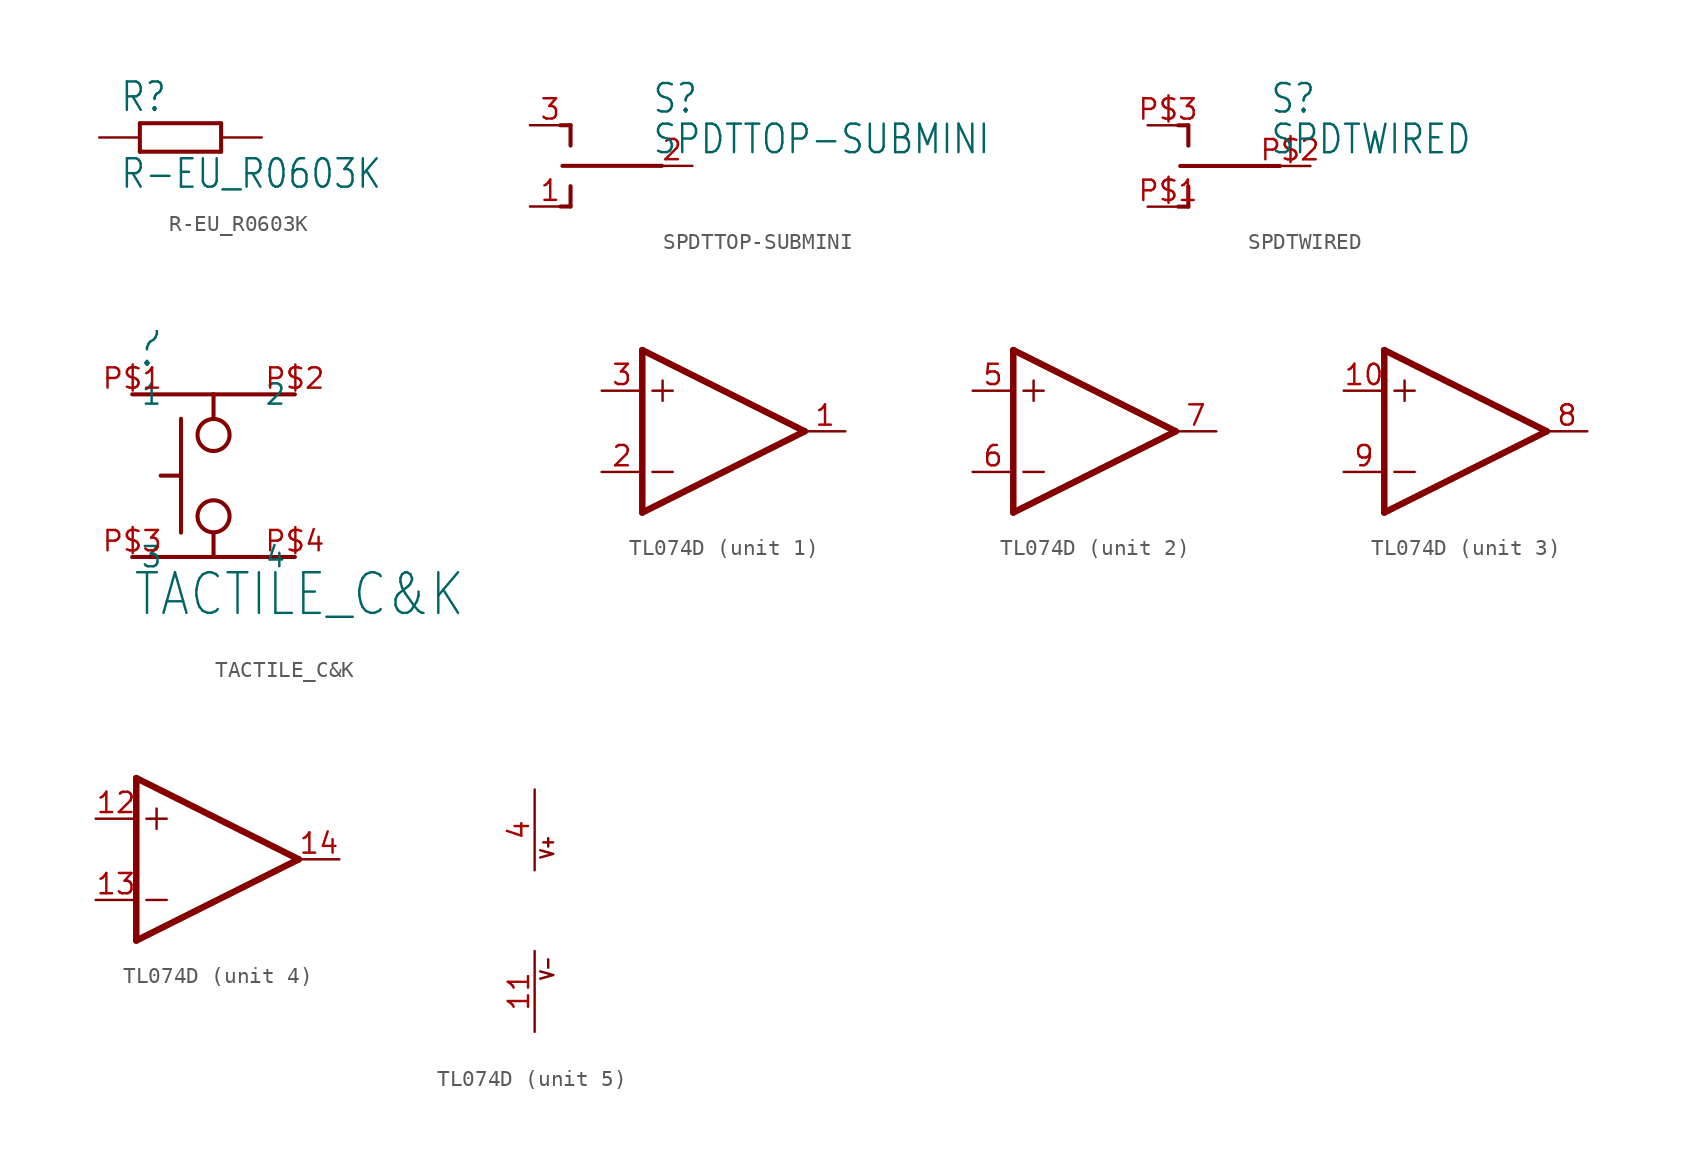
<source format=kicad_sym>
(kicad_symbol_lib
  (version 20211014)
  (generator kicad_symbol_editor)
  (symbol "R-EU_R0603K"
    (property "Reference" "R"
      (at -3.81 1.499 0)
      (effects (font (size 1.778 1.511)) (justify left bottom)))
    (property "Value" "R-EU_R0603K"
      (at -3.81 -3.302 0)
      (effects (font (size 1.778 1.511)) (justify left bottom)))
    (property "ki_locked" ""
      (at 0 0 0)
      (effects (font (size 1.27 1.27))))
    (symbol "R-EU_R0603K_1_0"
      (polyline (pts (xy -2.54 -0.889) (xy -2.54 0.889)) (stroke (width 0.254) (type default) (color 0 0 0 0)) (fill (type none)))
      (polyline (pts (xy -2.54 -0.889) (xy 2.54 -0.889)) (stroke (width 0.254) (type default) (color 0 0 0 0)) (fill (type none)))
      (polyline (pts (xy 2.54 -0.889) (xy 2.54 0.889)) (stroke (width 0.254) (type default) (color 0 0 0 0)) (fill (type none)))
      (polyline (pts (xy 2.54 0.889) (xy -2.54 0.889)) (stroke (width 0.254) (type default) (color 0 0 0 0)) (fill (type none)))
      (pin passive line (at -5.08 0 0) (length 2.54) (name "1" (effects (font (size 0 0)))) (number "1" (effects (font (size 0 0)))))
      (pin passive line (at 5.08 0 180) (length 2.54) (name "2" (effects (font (size 0 0)))) (number "2" (effects (font (size 0 0)))))))
  (symbol "SPDTTOP-SUBMINI"
    (property "Reference" "S"
      (at 2.54 3.175 0)
      (effects (font (size 1.778 1.511)) (justify left bottom)))
    (property "Value" "SPDTTOP-SUBMINI"
      (at 2.54 0.635 0)
      (effects (font (size 1.778 1.511)) (justify left bottom)))
    (property "ki_locked" ""
      (at 0 0 0)
      (effects (font (size 1.27 1.27))))
    (symbol "SPDTTOP-SUBMINI_1_0"
      (polyline (pts (xy -2.54 -2.54) (xy -3.175 -2.54)) (stroke (width 0.254) (type default) (color 0 0 0 0)) (fill (type none)))
      (polyline (pts (xy -2.54 -2.54) (xy -2.54 -1.27)) (stroke (width 0.254) (type default) (color 0 0 0 0)) (fill (type none)))
      (polyline (pts (xy -2.54 1.27) (xy -2.54 2.54)) (stroke (width 0.254) (type default) (color 0 0 0 0)) (fill (type none)))
      (polyline (pts (xy -2.54 2.54) (xy -3.175 2.54)) (stroke (width 0.254) (type default) (color 0 0 0 0)) (fill (type none)))
      (polyline (pts (xy 3.175 0) (xy -3.048 0)) (stroke (width 0.254) (type default) (color 0 0 0 0)) (fill (type none)))
      (pin passive line (at -5.08 -2.54 0) (length 2.54) (name "1" (effects (font (size 0 0)))) (number "1" (effects (font (size 1.27 1.27)))))
      (pin passive line (at 5.08 0 180) (length 2.54) (name "2" (effects (font (size 0 0)))) (number "2" (effects (font (size 1.27 1.27)))))
      (pin passive line (at -5.08 2.54 0) (length 2.54) (name "3" (effects (font (size 0 0)))) (number "3" (effects (font (size 1.27 1.27)))))))
  (symbol "SPDTWIRED"
    (property "Reference" "S"
      (at 2.54 3.175 0)
      (effects (font (size 1.778 1.511)) (justify left bottom)))
    (property "Value" "SPDTWIRED"
      (at 2.54 0.635 0)
      (effects (font (size 1.778 1.511)) (justify left bottom)))
    (property "ki_locked" ""
      (at 0 0 0)
      (effects (font (size 1.27 1.27))))
    (symbol "SPDTWIRED_1_0"
      (polyline (pts (xy -2.54 -2.54) (xy -3.175 -2.54)) (stroke (width 0.254) (type default) (color 0 0 0 0)) (fill (type none)))
      (polyline (pts (xy -2.54 -2.54) (xy -2.54 -1.27)) (stroke (width 0.254) (type default) (color 0 0 0 0)) (fill (type none)))
      (polyline (pts (xy -2.54 1.27) (xy -2.54 2.54)) (stroke (width 0.254) (type default) (color 0 0 0 0)) (fill (type none)))
      (polyline (pts (xy -2.54 2.54) (xy -3.175 2.54)) (stroke (width 0.254) (type default) (color 0 0 0 0)) (fill (type none)))
      (polyline (pts (xy 3.175 0) (xy -3.048 0)) (stroke (width 0.254) (type default) (color 0 0 0 0)) (fill (type none)))
      (pin passive line (at -5.08 -2.54 0) (length 2.54) (name "1" (effects (font (size 0 0)))) (number "P$1" (effects (font (size 1.27 1.27)))))
      (pin passive line (at 5.08 0 180) (length 2.54) (name "2" (effects (font (size 0 0)))) (number "P$2" (effects (font (size 1.27 1.27)))))
      (pin passive line (at -5.08 2.54 0) (length 2.54) (name "3" (effects (font (size 0 0)))) (number "P$3" (effects (font (size 1.27 1.27)))))))
  (symbol "TACTILE_C&K"
    (property "Reference" ""
      (at -5.08 6.604 0)
      (effects (font (size 2.54 2.159)) (justify left bottom)))
    (property "Value" "TACTILE_C&K"
      (at -5.08 -8.89 0)
      (effects (font (size 2.54 2.159)) (justify left bottom)))
    (property "ki_locked" ""
      (at 0 0 0)
      (effects (font (size 1.27 1.27))))
    (symbol "TACTILE_C&K_1_0"
      (circle (center 0 -2.54) (radius 1) (stroke (width 0.254) (type default) (color 0 0 0 0)) (fill (type none)))
      (polyline (pts (xy -5.08 -5.08) (xy 0 -5.08)) (stroke (width 0.254) (type default) (color 0 0 0 0)) (fill (type none)))
      (polyline (pts (xy -5.08 5.08) (xy 0 5.08)) (stroke (width 0.254) (type default) (color 0 0 0 0)) (fill (type none)))
      (polyline (pts (xy -2.032 0) (xy -3.302 0)) (stroke (width 0.254) (type default) (color 0 0 0 0)) (fill (type none)))
      (polyline (pts (xy -2.032 0) (xy -2.032 -3.556)) (stroke (width 0.254) (type default) (color 0 0 0 0)) (fill (type none)))
      (polyline (pts (xy -2.032 3.556) (xy -2.032 0)) (stroke (width 0.254) (type default) (color 0 0 0 0)) (fill (type none)))
      (polyline (pts (xy 0 -5.08) (xy 0 -3.556)) (stroke (width 0.254) (type default) (color 0 0 0 0)) (fill (type none)))
      (polyline (pts (xy 0 5.08) (xy 0 3.556)) (stroke (width 0.254) (type default) (color 0 0 0 0)) (fill (type none)))
      (polyline (pts (xy 0 5.08) (xy 5.08 5.08)) (stroke (width 0.254) (type default) (color 0 0 0 0)) (fill (type none)))
      (polyline (pts (xy 5.08 -5.08) (xy 0 -5.08)) (stroke (width 0.254) (type default) (color 0 0 0 0)) (fill (type none)))
      (circle (center 0 2.54) (radius 1) (stroke (width 0.254) (type default) (color 0 0 0 0)) (fill (type none)))
      (pin bidirectional line (at -5.08 5.08 0) (length 0) (name "1" (effects (font (size 1.27 1.27)))) (number "P$1" (effects (font (size 1.27 1.27)))))
      (pin bidirectional line (at 5.08 5.08 180) (length 0) (name "2" (effects (font (size 1.27 1.27)))) (number "P$2" (effects (font (size 1.27 1.27)))))
      (pin bidirectional line (at -5.08 -5.08 0) (length 0) (name "3" (effects (font (size 1.27 1.27)))) (number "P$3" (effects (font (size 1.27 1.27)))))
      (pin bidirectional line (at 5.08 -5.08 180) (length 0) (name "4" (effects (font (size 1.27 1.27)))) (number "P$4" (effects (font (size 1.27 1.27)))))))
  (symbol "TL074D"
    (property "Reference" "IC"
      (at 2.54 3.175 0)
      (effects (font (size 1.778 1.511)) (justify left bottom) hide))
    (property "ki_locked" ""
      (at 0 0 0)
      (effects (font (size 1.27 1.27))))
    (symbol "TL074D_1_0"
      (polyline (pts (xy -5.08 -5.08) (xy 5.08 0)) (stroke (width 0.406) (type default) (color 0 0 0 0)) (fill (type none)))
      (polyline (pts (xy -5.08 5.08) (xy -5.08 -5.08)) (stroke (width 0.406) (type default) (color 0 0 0 0)) (fill (type none)))
      (polyline (pts (xy -4.445 -2.54) (xy -3.175 -2.54)) (stroke (width 0.152) (type default) (color 0 0 0 0)) (fill (type none)))
      (polyline (pts (xy -4.445 2.54) (xy -3.175 2.54)) (stroke (width 0.152) (type default) (color 0 0 0 0)) (fill (type none)))
      (polyline (pts (xy -3.81 3.175) (xy -3.81 1.905)) (stroke (width 0.152) (type default) (color 0 0 0 0)) (fill (type none)))
      (polyline (pts (xy 5.08 0) (xy -5.08 5.08)) (stroke (width 0.406) (type default) (color 0 0 0 0)) (fill (type none)))
      (pin output line (at 7.62 0 180) (length 2.54) (name "OUT" (effects (font (size 0 0)))) (number "1" (effects (font (size 1.27 1.27)))))
      (pin input line (at -7.62 -2.54 0) (length 2.54) (name "-IN" (effects (font (size 0 0)))) (number "2" (effects (font (size 1.27 1.27)))))
      (pin input line (at -7.62 2.54 0) (length 2.54) (name "+IN" (effects (font (size 0 0)))) (number "3" (effects (font (size 1.27 1.27))))))
    (symbol "TL074D_2_0"
      (polyline (pts (xy -5.08 -5.08) (xy 5.08 0)) (stroke (width 0.406) (type default) (color 0 0 0 0)) (fill (type none)))
      (polyline (pts (xy -5.08 5.08) (xy -5.08 -5.08)) (stroke (width 0.406) (type default) (color 0 0 0 0)) (fill (type none)))
      (polyline (pts (xy -4.445 -2.54) (xy -3.175 -2.54)) (stroke (width 0.152) (type default) (color 0 0 0 0)) (fill (type none)))
      (polyline (pts (xy -4.445 2.54) (xy -3.175 2.54)) (stroke (width 0.152) (type default) (color 0 0 0 0)) (fill (type none)))
      (polyline (pts (xy -3.81 3.175) (xy -3.81 1.905)) (stroke (width 0.152) (type default) (color 0 0 0 0)) (fill (type none)))
      (polyline (pts (xy 5.08 0) (xy -5.08 5.08)) (stroke (width 0.406) (type default) (color 0 0 0 0)) (fill (type none)))
      (pin input line (at -7.62 2.54 0) (length 2.54) (name "+IN" (effects (font (size 0 0)))) (number "5" (effects (font (size 1.27 1.27)))))
      (pin input line (at -7.62 -2.54 0) (length 2.54) (name "-IN" (effects (font (size 0 0)))) (number "6" (effects (font (size 1.27 1.27)))))
      (pin output line (at 7.62 0 180) (length 2.54) (name "OUT" (effects (font (size 0 0)))) (number "7" (effects (font (size 1.27 1.27))))))
    (symbol "TL074D_3_0"
      (polyline (pts (xy -5.08 -5.08) (xy 5.08 0)) (stroke (width 0.406) (type default) (color 0 0 0 0)) (fill (type none)))
      (polyline (pts (xy -5.08 5.08) (xy -5.08 -5.08)) (stroke (width 0.406) (type default) (color 0 0 0 0)) (fill (type none)))
      (polyline (pts (xy -4.445 -2.54) (xy -3.175 -2.54)) (stroke (width 0.152) (type default) (color 0 0 0 0)) (fill (type none)))
      (polyline (pts (xy -4.445 2.54) (xy -3.175 2.54)) (stroke (width 0.152) (type default) (color 0 0 0 0)) (fill (type none)))
      (polyline (pts (xy -3.81 3.175) (xy -3.81 1.905)) (stroke (width 0.152) (type default) (color 0 0 0 0)) (fill (type none)))
      (polyline (pts (xy 5.08 0) (xy -5.08 5.08)) (stroke (width 0.406) (type default) (color 0 0 0 0)) (fill (type none)))
      (pin input line (at -7.62 2.54 0) (length 2.54) (name "+IN" (effects (font (size 0 0)))) (number "10" (effects (font (size 1.27 1.27)))))
      (pin output line (at 7.62 0 180) (length 2.54) (name "OUT" (effects (font (size 0 0)))) (number "8" (effects (font (size 1.27 1.27)))))
      (pin input line (at -7.62 -2.54 0) (length 2.54) (name "-IN" (effects (font (size 0 0)))) (number "9" (effects (font (size 1.27 1.27))))))
    (symbol "TL074D_4_0"
      (polyline (pts (xy -5.08 -5.08) (xy 5.08 0)) (stroke (width 0.406) (type default) (color 0 0 0 0)) (fill (type none)))
      (polyline (pts (xy -5.08 5.08) (xy -5.08 -5.08)) (stroke (width 0.406) (type default) (color 0 0 0 0)) (fill (type none)))
      (polyline (pts (xy -4.445 -2.54) (xy -3.175 -2.54)) (stroke (width 0.152) (type default) (color 0 0 0 0)) (fill (type none)))
      (polyline (pts (xy -4.445 2.54) (xy -3.175 2.54)) (stroke (width 0.152) (type default) (color 0 0 0 0)) (fill (type none)))
      (polyline (pts (xy -3.81 3.175) (xy -3.81 1.905)) (stroke (width 0.152) (type default) (color 0 0 0 0)) (fill (type none)))
      (polyline (pts (xy 5.08 0) (xy -5.08 5.08)) (stroke (width 0.406) (type default) (color 0 0 0 0)) (fill (type none)))
      (pin input line (at -7.62 2.54 0) (length 2.54) (name "+IN" (effects (font (size 0 0)))) (number "12" (effects (font (size 1.27 1.27)))))
      (pin input line (at -7.62 -2.54 0) (length 2.54) (name "-IN" (effects (font (size 0 0)))) (number "13" (effects (font (size 1.27 1.27)))))
      (pin output line (at 7.62 0 180) (length 2.54) (name "OUT" (effects (font (size 0 0)))) (number "14" (effects (font (size 1.27 1.27))))))
    (symbol "TL074D_5_0"
      (text "V+" (at 1.27 3.175 900) (effects (font (size 0.813 0.691)) (justify left bottom)))
      (text "V-" (at 1.27 -4.445 900) (effects (font (size 0.813 0.691)) (justify left bottom)))
      (pin power_in line (at 0 -7.62 90) (length 5.08) (name "V-" (effects (font (size 0 0)))) (number "11" (effects (font (size 1.27 1.27)))))
      (pin power_in line (at 0 7.62 270) (length 5.08) (name "V+" (effects (font (size 0 0)))) (number "4" (effects (font (size 1.27 1.27))))))))
</source>
